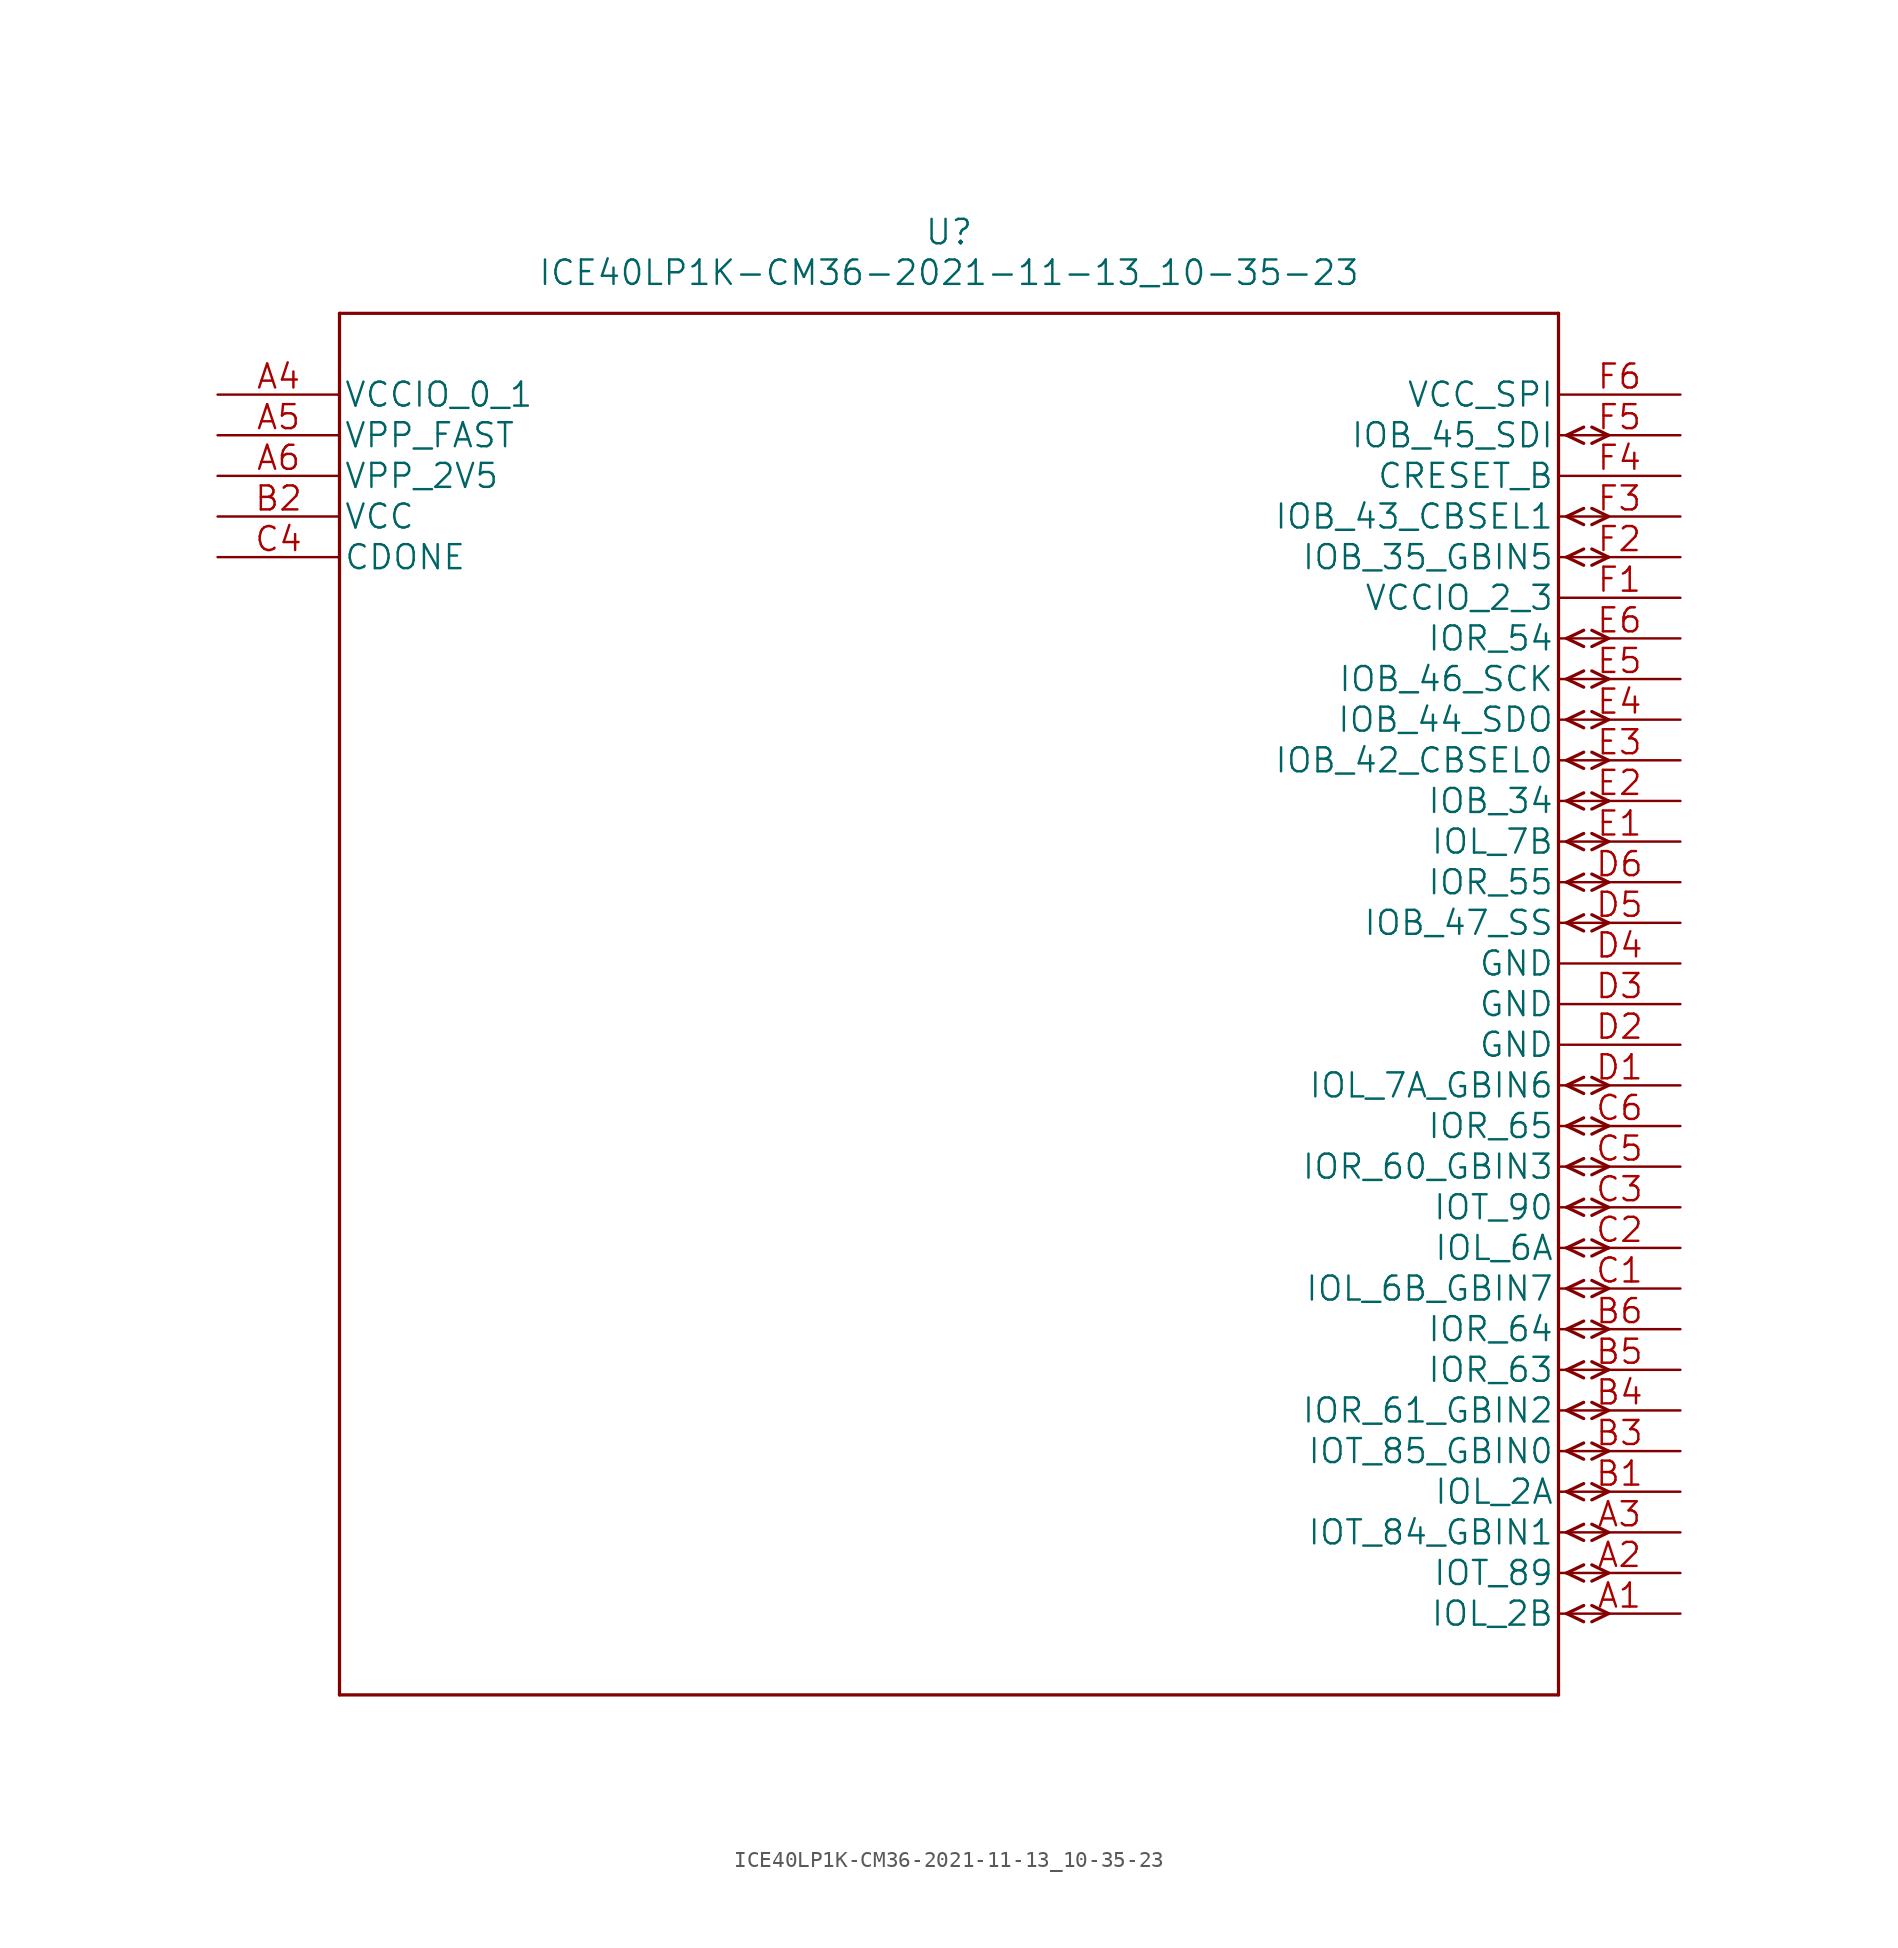
<source format=kicad_sym>
(kicad_symbol_lib
  (version 20220914)
  (generator kicad_symbol_editor)
  (symbol "ICE40LP1K-CM36-2021-11-13_10-35-23"
    (pin_names
      (offset 0.254))
    (property "Reference" "U"
      (at 45.72 10.16 0)
      (effects (font (size 1.524 1.524))))
    (property "Value" "ICE40LP1K-CM36-2021-11-13_10-35-23"
      (at 45.72 7.62 0)
      (effects (font (size 1.524 1.524))))
    (property "Datasheet" ""
      (at 0 0 0)
      (effects (font (size 1.524 1.524))))
    (property "ki_locked" ""
      (at 0 0 0)
      (effects (font (size 1.27 1.27))))
    (symbol "ICE40LP1K-CM36-2021-11-13_10-35-23_1_1"
      (polyline (pts (xy 7.62 -81.28) (xy 83.82 -81.28)) (stroke (width 0.203) (type solid)) (fill (type none)))
      (polyline (pts (xy 7.62 5.08) (xy 7.62 -81.28)) (stroke (width 0.203) (type solid)) (fill (type none)))
      (polyline (pts (xy 83.82 -81.28) (xy 83.82 5.08)) (stroke (width 0.203) (type solid)) (fill (type none)))
      (polyline (pts (xy 83.82 5.08) (xy 7.62 5.08)) (stroke (width 0.203) (type solid)) (fill (type none)))
      (polyline (pts (xy 84.328 -76.2) (xy 85.395 -76.708)) (stroke (width 0.203) (type solid)) (fill (type none)))
      (polyline (pts (xy 84.328 -76.2) (xy 85.395 -75.692)) (stroke (width 0.203) (type solid)) (fill (type none)))
      (polyline (pts (xy 84.328 -73.66) (xy 85.395 -74.168)) (stroke (width 0.203) (type solid)) (fill (type none)))
      (polyline (pts (xy 84.328 -73.66) (xy 85.395 -73.152)) (stroke (width 0.203) (type solid)) (fill (type none)))
      (polyline (pts (xy 84.328 -71.12) (xy 85.395 -71.628)) (stroke (width 0.203) (type solid)) (fill (type none)))
      (polyline (pts (xy 84.328 -71.12) (xy 85.395 -70.612)) (stroke (width 0.203) (type solid)) (fill (type none)))
      (polyline (pts (xy 84.328 -68.58) (xy 85.395 -69.088)) (stroke (width 0.203) (type solid)) (fill (type none)))
      (polyline (pts (xy 84.328 -68.58) (xy 85.395 -68.072)) (stroke (width 0.203) (type solid)) (fill (type none)))
      (polyline (pts (xy 84.328 -66.04) (xy 85.395 -66.548)) (stroke (width 0.203) (type solid)) (fill (type none)))
      (polyline (pts (xy 84.328 -66.04) (xy 85.395 -65.532)) (stroke (width 0.203) (type solid)) (fill (type none)))
      (polyline (pts (xy 84.328 -63.5) (xy 85.395 -64.008)) (stroke (width 0.203) (type solid)) (fill (type none)))
      (polyline (pts (xy 84.328 -63.5) (xy 85.395 -62.992)) (stroke (width 0.203) (type solid)) (fill (type none)))
      (polyline (pts (xy 84.328 -60.96) (xy 85.395 -61.468)) (stroke (width 0.203) (type solid)) (fill (type none)))
      (polyline (pts (xy 84.328 -60.96) (xy 85.395 -60.452)) (stroke (width 0.203) (type solid)) (fill (type none)))
      (polyline (pts (xy 84.328 -58.42) (xy 85.395 -58.928)) (stroke (width 0.203) (type solid)) (fill (type none)))
      (polyline (pts (xy 84.328 -58.42) (xy 85.395 -57.912)) (stroke (width 0.203) (type solid)) (fill (type none)))
      (polyline (pts (xy 84.328 -55.88) (xy 85.395 -56.388)) (stroke (width 0.203) (type solid)) (fill (type none)))
      (polyline (pts (xy 84.328 -55.88) (xy 85.395 -55.372)) (stroke (width 0.203) (type solid)) (fill (type none)))
      (polyline (pts (xy 84.328 -53.34) (xy 85.395 -53.848)) (stroke (width 0.203) (type solid)) (fill (type none)))
      (polyline (pts (xy 84.328 -53.34) (xy 85.395 -52.832)) (stroke (width 0.203) (type solid)) (fill (type none)))
      (polyline (pts (xy 84.328 -50.8) (xy 85.395 -51.308)) (stroke (width 0.203) (type solid)) (fill (type none)))
      (polyline (pts (xy 84.328 -50.8) (xy 85.395 -50.292)) (stroke (width 0.203) (type solid)) (fill (type none)))
      (polyline (pts (xy 84.328 -48.26) (xy 85.395 -48.768)) (stroke (width 0.203) (type solid)) (fill (type none)))
      (polyline (pts (xy 84.328 -48.26) (xy 85.395 -47.752)) (stroke (width 0.203) (type solid)) (fill (type none)))
      (polyline (pts (xy 84.328 -45.72) (xy 85.395 -46.228)) (stroke (width 0.203) (type solid)) (fill (type none)))
      (polyline (pts (xy 84.328 -45.72) (xy 85.395 -45.212)) (stroke (width 0.203) (type solid)) (fill (type none)))
      (polyline (pts (xy 84.328 -43.18) (xy 85.395 -43.688)) (stroke (width 0.203) (type solid)) (fill (type none)))
      (polyline (pts (xy 84.328 -43.18) (xy 85.395 -42.672)) (stroke (width 0.203) (type solid)) (fill (type none)))
      (polyline (pts (xy 84.328 -33.02) (xy 85.395 -33.528)) (stroke (width 0.203) (type solid)) (fill (type none)))
      (polyline (pts (xy 84.328 -33.02) (xy 85.395 -32.512)) (stroke (width 0.203) (type solid)) (fill (type none)))
      (polyline (pts (xy 84.328 -30.48) (xy 85.395 -30.988)) (stroke (width 0.203) (type solid)) (fill (type none)))
      (polyline (pts (xy 84.328 -30.48) (xy 85.395 -29.972)) (stroke (width 0.203) (type solid)) (fill (type none)))
      (polyline (pts (xy 84.328 -27.94) (xy 85.395 -28.448)) (stroke (width 0.203) (type solid)) (fill (type none)))
      (polyline (pts (xy 84.328 -27.94) (xy 85.395 -27.432)) (stroke (width 0.203) (type solid)) (fill (type none)))
      (polyline (pts (xy 84.328 -25.4) (xy 85.395 -25.908)) (stroke (width 0.203) (type solid)) (fill (type none)))
      (polyline (pts (xy 84.328 -25.4) (xy 85.395 -24.892)) (stroke (width 0.203) (type solid)) (fill (type none)))
      (polyline (pts (xy 84.328 -22.86) (xy 85.395 -23.368)) (stroke (width 0.203) (type solid)) (fill (type none)))
      (polyline (pts (xy 84.328 -22.86) (xy 85.395 -22.352)) (stroke (width 0.203) (type solid)) (fill (type none)))
      (polyline (pts (xy 84.328 -20.32) (xy 85.395 -20.828)) (stroke (width 0.203) (type solid)) (fill (type none)))
      (polyline (pts (xy 84.328 -20.32) (xy 85.395 -19.812)) (stroke (width 0.203) (type solid)) (fill (type none)))
      (polyline (pts (xy 84.328 -17.78) (xy 85.395 -18.288)) (stroke (width 0.203) (type solid)) (fill (type none)))
      (polyline (pts (xy 84.328 -17.78) (xy 85.395 -17.272)) (stroke (width 0.203) (type solid)) (fill (type none)))
      (polyline (pts (xy 84.328 -15.24) (xy 85.395 -15.748)) (stroke (width 0.203) (type solid)) (fill (type none)))
      (polyline (pts (xy 84.328 -15.24) (xy 85.395 -14.732)) (stroke (width 0.203) (type solid)) (fill (type none)))
      (polyline (pts (xy 84.328 -10.16) (xy 85.395 -10.668)) (stroke (width 0.203) (type solid)) (fill (type none)))
      (polyline (pts (xy 84.328 -10.16) (xy 85.395 -9.652)) (stroke (width 0.203) (type solid)) (fill (type none)))
      (polyline (pts (xy 84.328 -7.62) (xy 85.395 -8.128)) (stroke (width 0.203) (type solid)) (fill (type none)))
      (polyline (pts (xy 84.328 -7.62) (xy 85.395 -7.112)) (stroke (width 0.203) (type solid)) (fill (type none)))
      (polyline (pts (xy 84.328 -2.54) (xy 85.395 -3.048)) (stroke (width 0.203) (type solid)) (fill (type none)))
      (polyline (pts (xy 84.328 -2.54) (xy 85.395 -2.032)) (stroke (width 0.203) (type solid)) (fill (type none)))
      (polyline (pts (xy 85.903 -76.708) (xy 86.944 -76.2)) (stroke (width 0.203) (type solid)) (fill (type none)))
      (polyline (pts (xy 85.903 -75.692) (xy 86.944 -76.2)) (stroke (width 0.203) (type solid)) (fill (type none)))
      (polyline (pts (xy 85.903 -74.168) (xy 86.944 -73.66)) (stroke (width 0.203) (type solid)) (fill (type none)))
      (polyline (pts (xy 85.903 -73.152) (xy 86.944 -73.66)) (stroke (width 0.203) (type solid)) (fill (type none)))
      (polyline (pts (xy 85.903 -71.628) (xy 86.944 -71.12)) (stroke (width 0.203) (type solid)) (fill (type none)))
      (polyline (pts (xy 85.903 -70.612) (xy 86.944 -71.12)) (stroke (width 0.203) (type solid)) (fill (type none)))
      (polyline (pts (xy 85.903 -69.088) (xy 86.944 -68.58)) (stroke (width 0.203) (type solid)) (fill (type none)))
      (polyline (pts (xy 85.903 -68.072) (xy 86.944 -68.58)) (stroke (width 0.203) (type solid)) (fill (type none)))
      (polyline (pts (xy 85.903 -66.548) (xy 86.944 -66.04)) (stroke (width 0.203) (type solid)) (fill (type none)))
      (polyline (pts (xy 85.903 -65.532) (xy 86.944 -66.04)) (stroke (width 0.203) (type solid)) (fill (type none)))
      (polyline (pts (xy 85.903 -64.008) (xy 86.944 -63.5)) (stroke (width 0.203) (type solid)) (fill (type none)))
      (polyline (pts (xy 85.903 -62.992) (xy 86.944 -63.5)) (stroke (width 0.203) (type solid)) (fill (type none)))
      (polyline (pts (xy 85.903 -61.468) (xy 86.944 -60.96)) (stroke (width 0.203) (type solid)) (fill (type none)))
      (polyline (pts (xy 85.903 -60.452) (xy 86.944 -60.96)) (stroke (width 0.203) (type solid)) (fill (type none)))
      (polyline (pts (xy 85.903 -58.928) (xy 86.944 -58.42)) (stroke (width 0.203) (type solid)) (fill (type none)))
      (polyline (pts (xy 85.903 -57.912) (xy 86.944 -58.42)) (stroke (width 0.203) (type solid)) (fill (type none)))
      (polyline (pts (xy 85.903 -56.388) (xy 86.944 -55.88)) (stroke (width 0.203) (type solid)) (fill (type none)))
      (polyline (pts (xy 85.903 -55.372) (xy 86.944 -55.88)) (stroke (width 0.203) (type solid)) (fill (type none)))
      (polyline (pts (xy 85.903 -53.848) (xy 86.944 -53.34)) (stroke (width 0.203) (type solid)) (fill (type none)))
      (polyline (pts (xy 85.903 -52.832) (xy 86.944 -53.34)) (stroke (width 0.203) (type solid)) (fill (type none)))
      (polyline (pts (xy 85.903 -51.308) (xy 86.944 -50.8)) (stroke (width 0.203) (type solid)) (fill (type none)))
      (polyline (pts (xy 85.903 -50.292) (xy 86.944 -50.8)) (stroke (width 0.203) (type solid)) (fill (type none)))
      (polyline (pts (xy 85.903 -48.768) (xy 86.944 -48.26)) (stroke (width 0.203) (type solid)) (fill (type none)))
      (polyline (pts (xy 85.903 -47.752) (xy 86.944 -48.26)) (stroke (width 0.203) (type solid)) (fill (type none)))
      (polyline (pts (xy 85.903 -46.228) (xy 86.944 -45.72)) (stroke (width 0.203) (type solid)) (fill (type none)))
      (polyline (pts (xy 85.903 -45.212) (xy 86.944 -45.72)) (stroke (width 0.203) (type solid)) (fill (type none)))
      (polyline (pts (xy 85.903 -43.688) (xy 86.944 -43.18)) (stroke (width 0.203) (type solid)) (fill (type none)))
      (polyline (pts (xy 85.903 -42.672) (xy 86.944 -43.18)) (stroke (width 0.203) (type solid)) (fill (type none)))
      (polyline (pts (xy 85.903 -33.528) (xy 86.944 -33.02)) (stroke (width 0.203) (type solid)) (fill (type none)))
      (polyline (pts (xy 85.903 -32.512) (xy 86.944 -33.02)) (stroke (width 0.203) (type solid)) (fill (type none)))
      (polyline (pts (xy 85.903 -30.988) (xy 86.944 -30.48)) (stroke (width 0.203) (type solid)) (fill (type none)))
      (polyline (pts (xy 85.903 -29.972) (xy 86.944 -30.48)) (stroke (width 0.203) (type solid)) (fill (type none)))
      (polyline (pts (xy 85.903 -28.448) (xy 86.944 -27.94)) (stroke (width 0.203) (type solid)) (fill (type none)))
      (polyline (pts (xy 85.903 -27.432) (xy 86.944 -27.94)) (stroke (width 0.203) (type solid)) (fill (type none)))
      (polyline (pts (xy 85.903 -25.908) (xy 86.944 -25.4)) (stroke (width 0.203) (type solid)) (fill (type none)))
      (polyline (pts (xy 85.903 -24.892) (xy 86.944 -25.4)) (stroke (width 0.203) (type solid)) (fill (type none)))
      (polyline (pts (xy 85.903 -23.368) (xy 86.944 -22.86)) (stroke (width 0.203) (type solid)) (fill (type none)))
      (polyline (pts (xy 85.903 -22.352) (xy 86.944 -22.86)) (stroke (width 0.203) (type solid)) (fill (type none)))
      (polyline (pts (xy 85.903 -20.828) (xy 86.944 -20.32)) (stroke (width 0.203) (type solid)) (fill (type none)))
      (polyline (pts (xy 85.903 -19.812) (xy 86.944 -20.32)) (stroke (width 0.203) (type solid)) (fill (type none)))
      (polyline (pts (xy 85.903 -18.288) (xy 86.944 -17.78)) (stroke (width 0.203) (type solid)) (fill (type none)))
      (polyline (pts (xy 85.903 -17.272) (xy 86.944 -17.78)) (stroke (width 0.203) (type solid)) (fill (type none)))
      (polyline (pts (xy 85.903 -15.748) (xy 86.944 -15.24)) (stroke (width 0.203) (type solid)) (fill (type none)))
      (polyline (pts (xy 85.903 -14.732) (xy 86.944 -15.24)) (stroke (width 0.203) (type solid)) (fill (type none)))
      (polyline (pts (xy 85.903 -10.668) (xy 86.944 -10.16)) (stroke (width 0.203) (type solid)) (fill (type none)))
      (polyline (pts (xy 85.903 -9.652) (xy 86.944 -10.16)) (stroke (width 0.203) (type solid)) (fill (type none)))
      (polyline (pts (xy 85.903 -8.128) (xy 86.944 -7.62)) (stroke (width 0.203) (type solid)) (fill (type none)))
      (polyline (pts (xy 85.903 -7.112) (xy 86.944 -7.62)) (stroke (width 0.203) (type solid)) (fill (type none)))
      (polyline (pts (xy 85.903 -3.048) (xy 86.944 -2.54)) (stroke (width 0.203) (type solid)) (fill (type none)))
      (polyline (pts (xy 85.903 -2.032) (xy 86.944 -2.54)) (stroke (width 0.203) (type solid)) (fill (type none)))
      (pin bidirectional line (at 91.44 -76.2 180) (length 7.62) (name "IOL_2B" (effects (font (size 1.499 1.499)))) (number "A1" (effects (font (size 1.499 1.499)))))
      (pin bidirectional line (at 91.44 -73.66 180) (length 7.62) (name "IOT_89" (effects (font (size 1.499 1.499)))) (number "A2" (effects (font (size 1.499 1.499)))))
      (pin bidirectional line (at 91.44 -71.12 180) (length 7.62) (name "IOT_84_GBIN1" (effects (font (size 1.499 1.499)))) (number "A3" (effects (font (size 1.499 1.499)))))
      (pin power_in line (at 0 0 0) (length 7.62) (name "VCCIO_0_1" (effects (font (size 1.499 1.499)))) (number "A4" (effects (font (size 1.499 1.499)))))
      (pin power_in line (at 0 -2.54 0) (length 7.62) (name "VPP_FAST" (effects (font (size 1.499 1.499)))) (number "A5" (effects (font (size 1.499 1.499)))))
      (pin power_in line (at 0 -5.08 0) (length 7.62) (name "VPP_2V5" (effects (font (size 1.499 1.499)))) (number "A6" (effects (font (size 1.499 1.499)))))
      (pin bidirectional line (at 91.44 -68.58 180) (length 7.62) (name "IOL_2A" (effects (font (size 1.499 1.499)))) (number "B1" (effects (font (size 1.499 1.499)))))
      (pin power_in line (at 0 -7.62 0) (length 7.62) (name "VCC" (effects (font (size 1.499 1.499)))) (number "B2" (effects (font (size 1.499 1.499)))))
      (pin bidirectional line (at 91.44 -66.04 180) (length 7.62) (name "IOT_85_GBIN0" (effects (font (size 1.499 1.499)))) (number "B3" (effects (font (size 1.499 1.499)))))
      (pin bidirectional line (at 91.44 -63.5 180) (length 7.62) (name "IOR_61_GBIN2" (effects (font (size 1.499 1.499)))) (number "B4" (effects (font (size 1.499 1.499)))))
      (pin bidirectional line (at 91.44 -60.96 180) (length 7.62) (name "IOR_63" (effects (font (size 1.499 1.499)))) (number "B5" (effects (font (size 1.499 1.499)))))
      (pin bidirectional line (at 91.44 -58.42 180) (length 7.62) (name "IOR_64" (effects (font (size 1.499 1.499)))) (number "B6" (effects (font (size 1.499 1.499)))))
      (pin bidirectional line (at 91.44 -55.88 180) (length 7.62) (name "IOL_6B_GBIN7" (effects (font (size 1.499 1.499)))) (number "C1" (effects (font (size 1.499 1.499)))))
      (pin bidirectional line (at 91.44 -53.34 180) (length 7.62) (name "IOL_6A" (effects (font (size 1.499 1.499)))) (number "C2" (effects (font (size 1.499 1.499)))))
      (pin bidirectional line (at 91.44 -50.8 180) (length 7.62) (name "IOT_90" (effects (font (size 1.499 1.499)))) (number "C3" (effects (font (size 1.499 1.499)))))
      (pin unspecified line (at 0 -10.16 0) (length 7.62) (name "CDONE" (effects (font (size 1.499 1.499)))) (number "C4" (effects (font (size 1.499 1.499)))))
      (pin bidirectional line (at 91.44 -48.26 180) (length 7.62) (name "IOR_60_GBIN3" (effects (font (size 1.499 1.499)))) (number "C5" (effects (font (size 1.499 1.499)))))
      (pin bidirectional line (at 91.44 -45.72 180) (length 7.62) (name "IOR_65" (effects (font (size 1.499 1.499)))) (number "C6" (effects (font (size 1.499 1.499)))))
      (pin bidirectional line (at 91.44 -43.18 180) (length 7.62) (name "IOL_7A_GBIN6" (effects (font (size 1.499 1.499)))) (number "D1" (effects (font (size 1.499 1.499)))))
      (pin power_in line (at 91.44 -40.64 180) (length 7.62) (name "GND" (effects (font (size 1.499 1.499)))) (number "D2" (effects (font (size 1.499 1.499)))))
      (pin power_in line (at 91.44 -38.1 180) (length 7.62) (name "GND" (effects (font (size 1.499 1.499)))) (number "D3" (effects (font (size 1.499 1.499)))))
      (pin power_in line (at 91.44 -35.56 180) (length 7.62) (name "GND" (effects (font (size 1.499 1.499)))) (number "D4" (effects (font (size 1.499 1.499)))))
      (pin bidirectional line (at 91.44 -33.02 180) (length 7.62) (name "IOB_47_SS" (effects (font (size 1.499 1.499)))) (number "D5" (effects (font (size 1.499 1.499)))))
      (pin bidirectional line (at 91.44 -30.48 180) (length 7.62) (name "IOR_55" (effects (font (size 1.499 1.499)))) (number "D6" (effects (font (size 1.499 1.499)))))
      (pin bidirectional line (at 91.44 -27.94 180) (length 7.62) (name "IOL_7B" (effects (font (size 1.499 1.499)))) (number "E1" (effects (font (size 1.499 1.499)))))
      (pin bidirectional line (at 91.44 -25.4 180) (length 7.62) (name "IOB_34" (effects (font (size 1.499 1.499)))) (number "E2" (effects (font (size 1.499 1.499)))))
      (pin bidirectional line (at 91.44 -22.86 180) (length 7.62) (name "IOB_42_CBSEL0" (effects (font (size 1.499 1.499)))) (number "E3" (effects (font (size 1.499 1.499)))))
      (pin bidirectional line (at 91.44 -20.32 180) (length 7.62) (name "IOB_44_SDO" (effects (font (size 1.499 1.499)))) (number "E4" (effects (font (size 1.499 1.499)))))
      (pin bidirectional line (at 91.44 -17.78 180) (length 7.62) (name "IOB_46_SCK" (effects (font (size 1.499 1.499)))) (number "E5" (effects (font (size 1.499 1.499)))))
      (pin bidirectional line (at 91.44 -15.24 180) (length 7.62) (name "IOR_54" (effects (font (size 1.499 1.499)))) (number "E6" (effects (font (size 1.499 1.499)))))
      (pin power_in line (at 91.44 -12.7 180) (length 7.62) (name "VCCIO_2_3" (effects (font (size 1.499 1.499)))) (number "F1" (effects (font (size 1.499 1.499)))))
      (pin bidirectional line (at 91.44 -10.16 180) (length 7.62) (name "IOB_35_GBIN5" (effects (font (size 1.499 1.499)))) (number "F2" (effects (font (size 1.499 1.499)))))
      (pin bidirectional line (at 91.44 -7.62 180) (length 7.62) (name "IOB_43_CBSEL1" (effects (font (size 1.499 1.499)))) (number "F3" (effects (font (size 1.499 1.499)))))
      (pin unspecified line (at 91.44 -5.08 180) (length 7.62) (name "CRESET_B" (effects (font (size 1.499 1.499)))) (number "F4" (effects (font (size 1.499 1.499)))))
      (pin bidirectional line (at 91.44 -2.54 180) (length 7.62) (name "IOB_45_SDI" (effects (font (size 1.499 1.499)))) (number "F5" (effects (font (size 1.499 1.499)))))
      (pin power_in line (at 91.44 0 180) (length 7.62) (name "VCC_SPI" (effects (font (size 1.499 1.499)))) (number "F6" (effects (font (size 1.499 1.499))))))))
</source>
